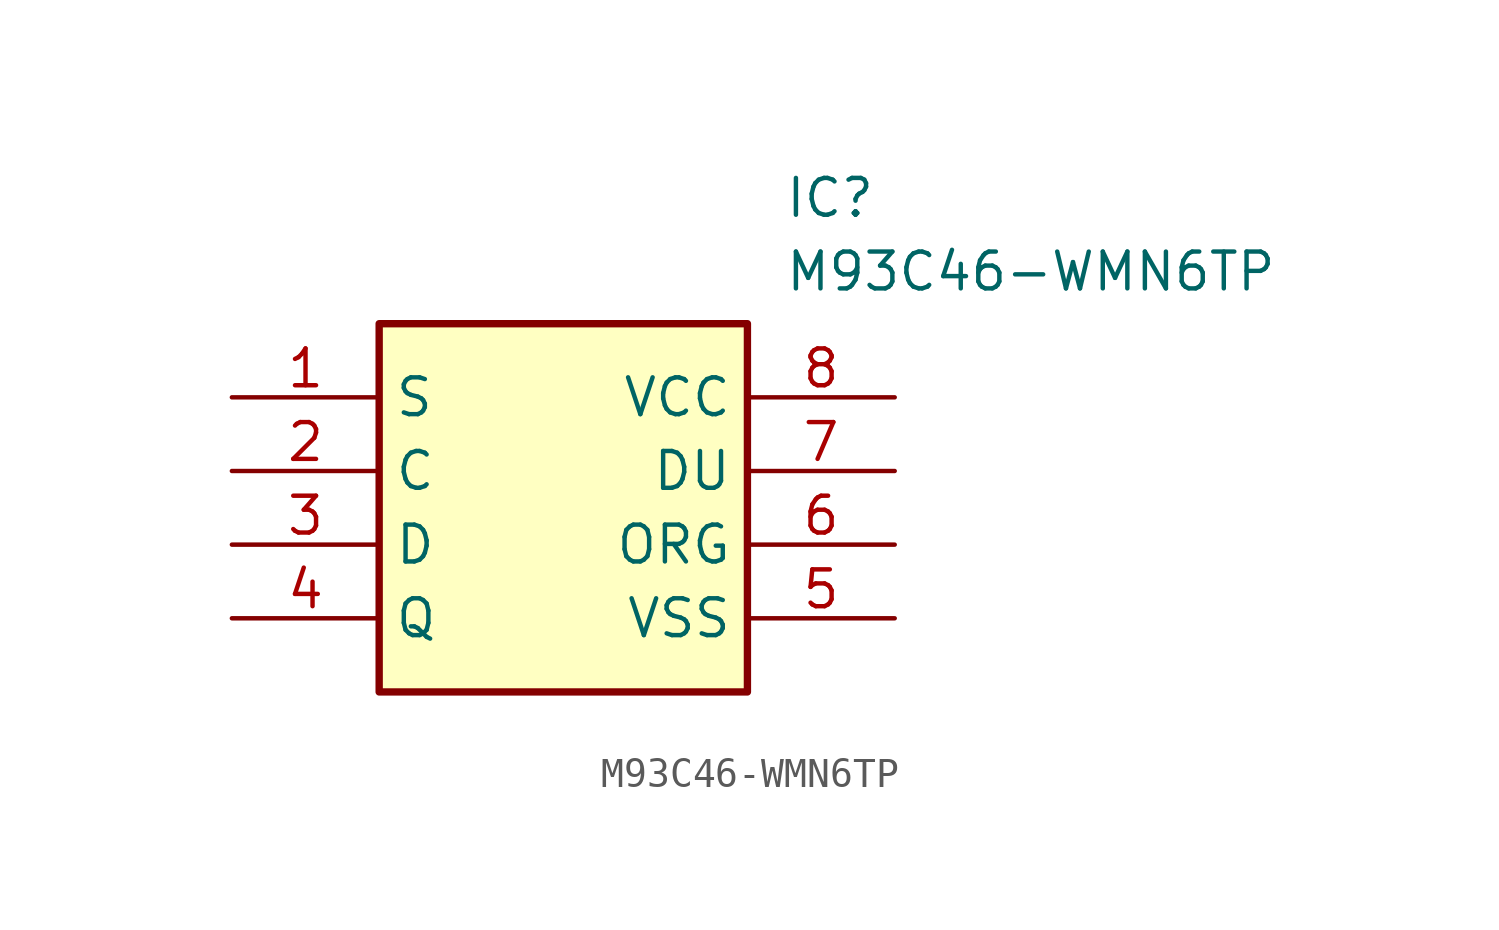
<source format=kicad_sym>
(kicad_symbol_lib
  (version 20211014)
  (generator SamacSys_ECAD_Model)
  (symbol "M93C46-WMN6TP"
    (property "Reference" "IC"
      (at 19.05 7.62 0)
      (effects (font (size 1.27 1.27)) (justify left top)))
    (property "Value" "M93C46-WMN6TP"
      (at 19.05 5.08 0)
      (effects (font (size 1.27 1.27)) (justify left top)))
    (rectangle
      (start 5.08 2.54)
      (end 17.78 -10.16)
      (stroke (width 0.254) (type default))
      (fill (type background)))
    (pin passive line
      (at 0 0 0)
      (length 5.08)
      (name "S" (effects (font (size 1.27 1.27))))
      (number "1" (effects (font (size 1.27 1.27)))))
    (pin passive line
      (at 0 -2.54 0)
      (length 5.08)
      (name "C" (effects (font (size 1.27 1.27))))
      (number "2" (effects (font (size 1.27 1.27)))))
    (pin passive line
      (at 0 -5.08 0)
      (length 5.08)
      (name "D" (effects (font (size 1.27 1.27))))
      (number "3" (effects (font (size 1.27 1.27)))))
    (pin passive line
      (at 0 -7.62 0)
      (length 5.08)
      (name "Q" (effects (font (size 1.27 1.27))))
      (number "4" (effects (font (size 1.27 1.27)))))
    (pin passive line
      (at 22.86 0 180)
      (length 5.08)
      (name "VCC" (effects (font (size 1.27 1.27))))
      (number "8" (effects (font (size 1.27 1.27)))))
    (pin passive line
      (at 22.86 -2.54 180)
      (length 5.08)
      (name "DU" (effects (font (size 1.27 1.27))))
      (number "7" (effects (font (size 1.27 1.27)))))
    (pin passive line
      (at 22.86 -5.08 180)
      (length 5.08)
      (name "ORG" (effects (font (size 1.27 1.27))))
      (number "6" (effects (font (size 1.27 1.27)))))
    (pin passive line
      (at 22.86 -7.62 180)
      (length 5.08)
      (name "VSS" (effects (font (size 1.27 1.27))))
      (number "5" (effects (font (size 1.27 1.27)))))))
</source>
